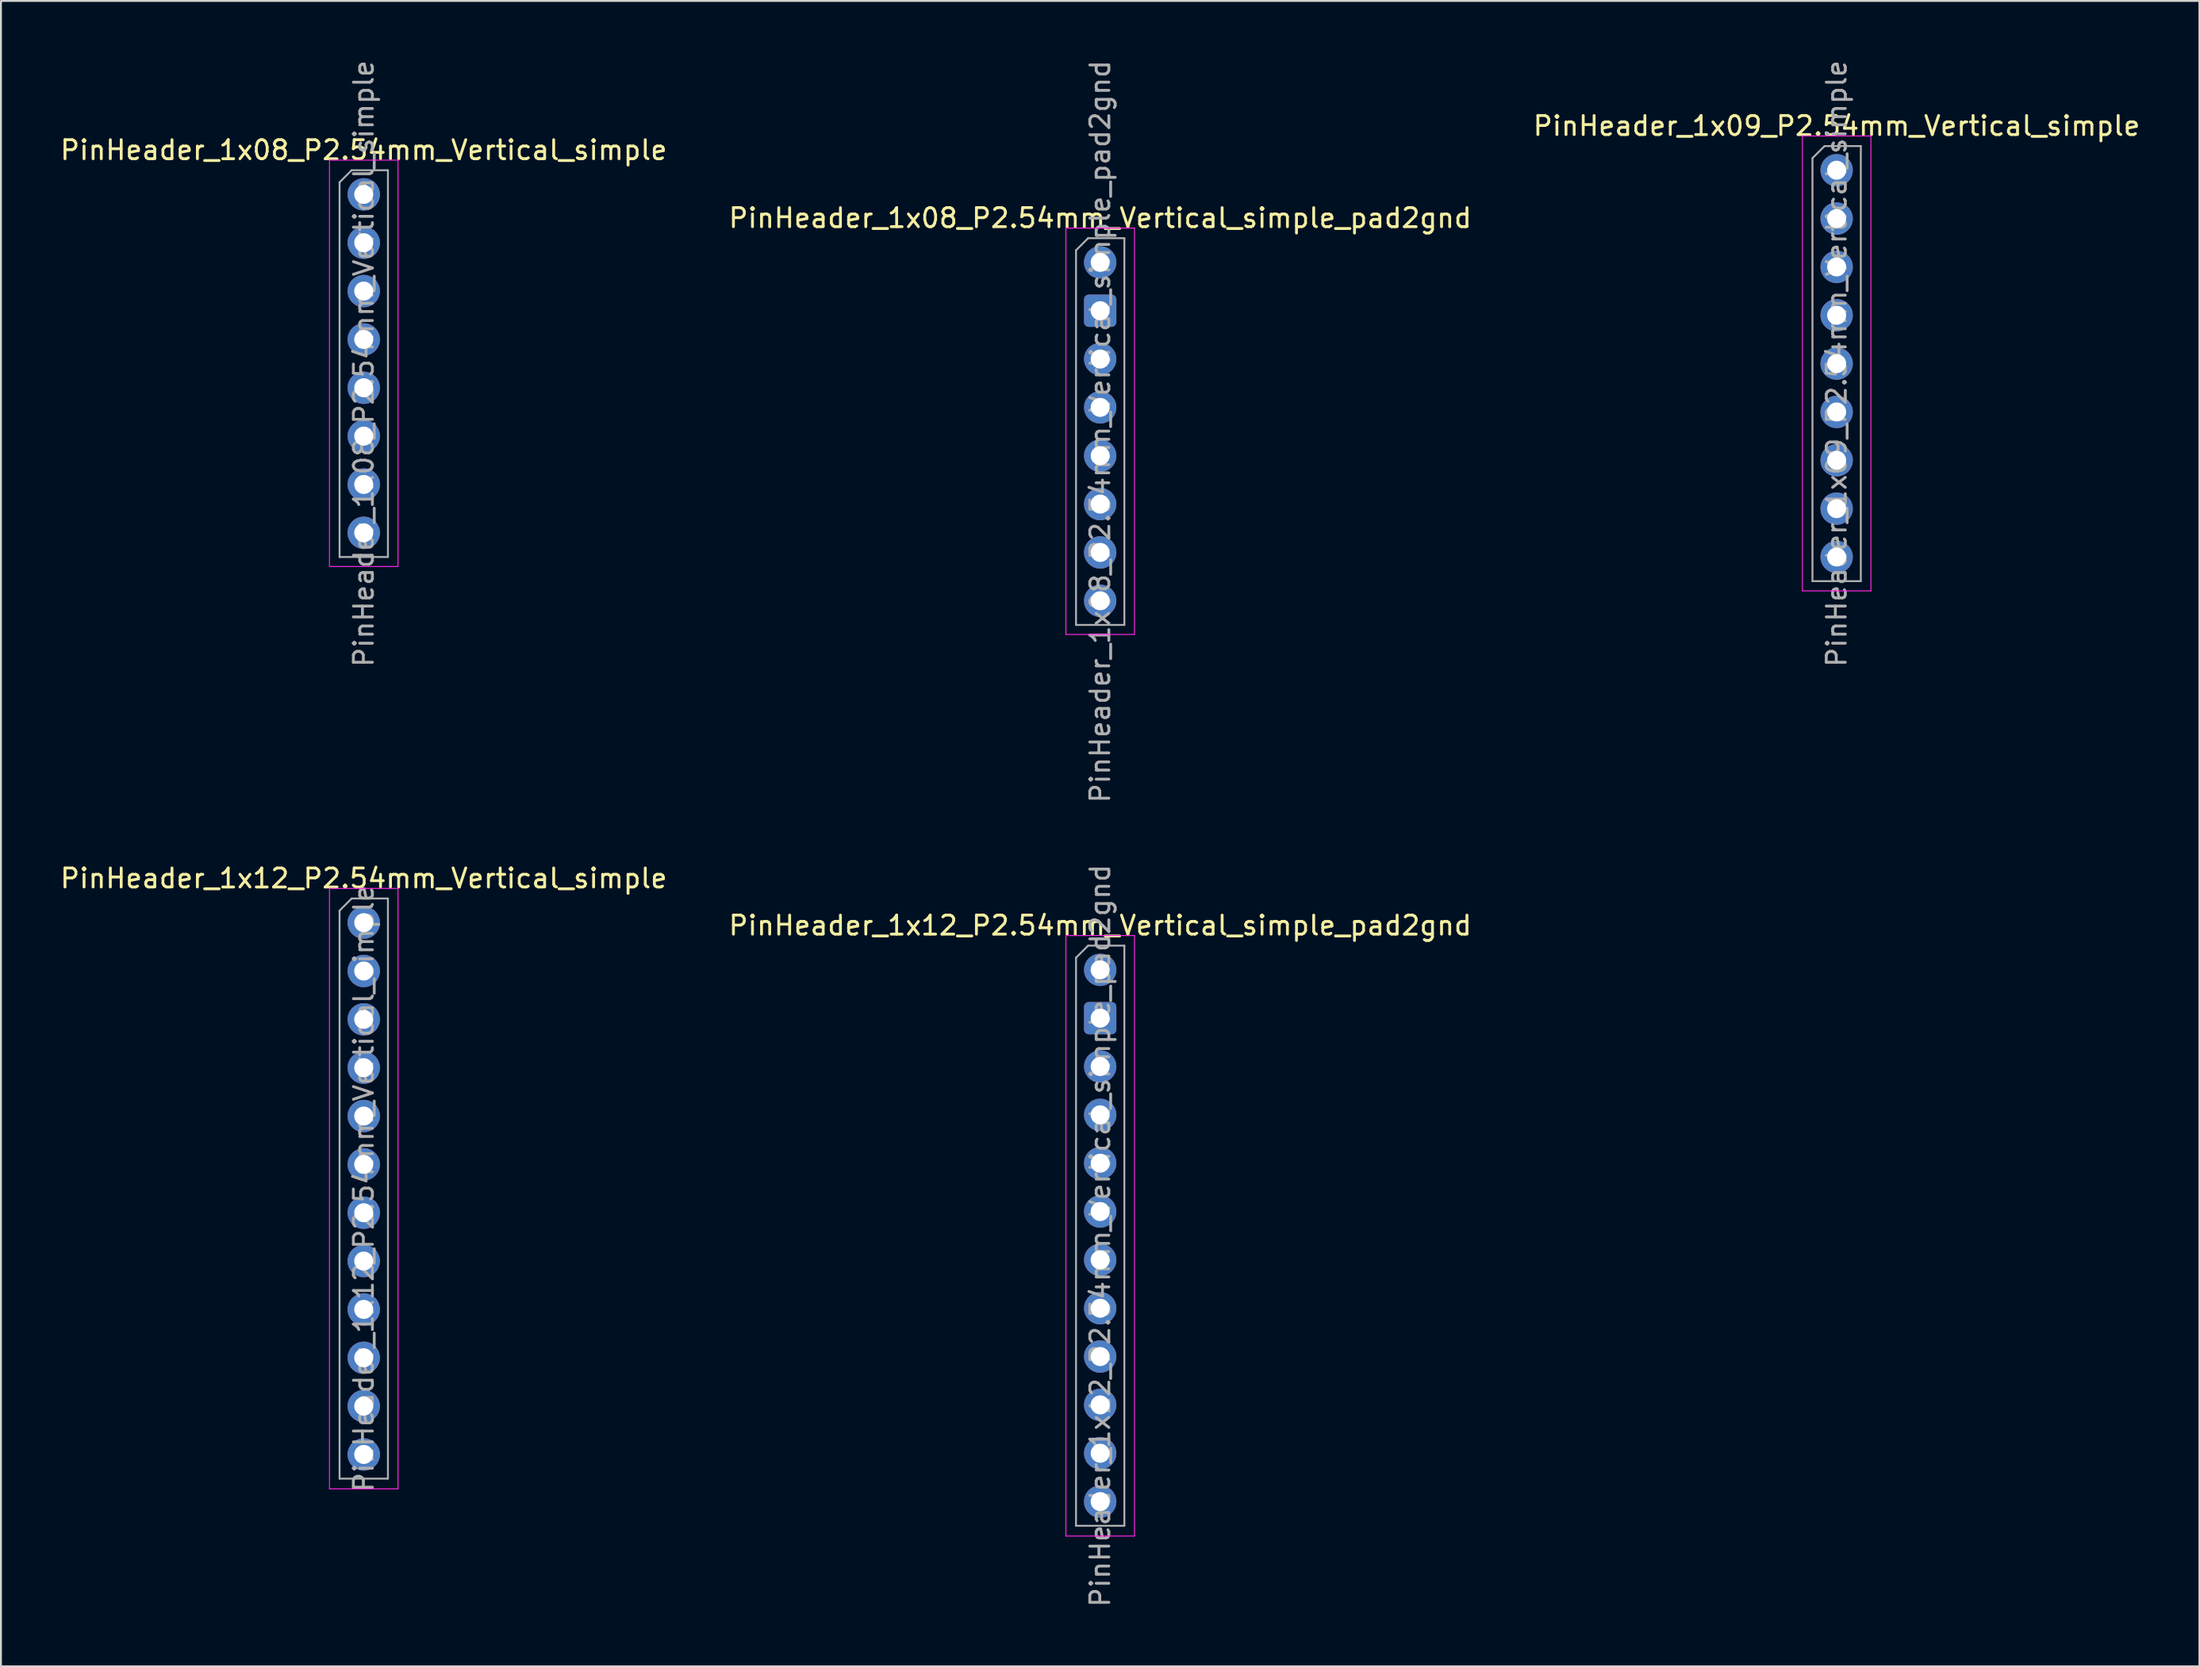
<source format=kicad_pcb>
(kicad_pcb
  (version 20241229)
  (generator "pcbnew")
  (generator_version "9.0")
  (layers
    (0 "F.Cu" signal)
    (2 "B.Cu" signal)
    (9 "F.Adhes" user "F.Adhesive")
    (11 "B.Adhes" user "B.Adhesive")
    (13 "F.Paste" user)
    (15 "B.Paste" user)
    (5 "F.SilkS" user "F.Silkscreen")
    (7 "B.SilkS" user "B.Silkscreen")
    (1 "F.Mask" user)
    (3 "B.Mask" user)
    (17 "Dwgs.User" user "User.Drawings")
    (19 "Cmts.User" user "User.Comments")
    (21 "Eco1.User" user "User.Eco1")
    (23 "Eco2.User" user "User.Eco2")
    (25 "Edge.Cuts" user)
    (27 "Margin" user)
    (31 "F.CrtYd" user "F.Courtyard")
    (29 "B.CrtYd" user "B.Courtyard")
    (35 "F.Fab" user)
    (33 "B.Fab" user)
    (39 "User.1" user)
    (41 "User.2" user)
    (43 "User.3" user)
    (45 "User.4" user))
  (footprint "PinHeader_1x12_P2.54mm_Vertical_simple"
    (layer "F.Cu")
    (at 16.054 45.428)
    (property "Reference" "PinHeader_1x12_P2.54mm_Vertical_simple" (at 0 -2.33 0) (layer "F.SilkS") (effects (font (size 1 1) (thickness 0.15))))
    (attr through_hole)
    (fp_line (start -1.8 -1.8) (end -1.8 29.75) (stroke (width 0.05) (type solid)) (layer "F.CrtYd"))
    (fp_line (start -1.8 29.75) (end 1.8 29.75) (stroke (width 0.05) (type solid)) (layer "F.CrtYd"))
    (fp_line (start 1.8 -1.8) (end -1.8 -1.8) (stroke (width 0.05) (type solid)) (layer "F.CrtYd"))
    (fp_line (start 1.8 29.75) (end 1.8 -1.8) (stroke (width 0.05) (type solid)) (layer "F.CrtYd"))
    (fp_line (start -1.27 -0.635) (end -0.635 -1.27) (stroke (width 0.1) (type solid)) (layer "F.Fab"))
    (fp_line (start -1.27 29.21) (end -1.27 -0.635) (stroke (width 0.1) (type solid)) (layer "F.Fab"))
    (fp_line (start -0.635 -1.27) (end 1.27 -1.27) (stroke (width 0.1) (type solid)) (layer "F.Fab"))
    (fp_line (start 1.27 -1.27) (end 1.27 29.21) (stroke (width 0.1) (type solid)) (layer "F.Fab"))
    (fp_line (start 1.27 29.21) (end -1.27 29.21) (stroke (width 0.1) (type solid)) (layer "F.Fab"))
    (fp_text user "${REFERENCE}" (at 0 13.97 90) (layer "F.Fab") (effects (font (size 1 1) (thickness 0.15))))
    (pad "1" thru_hole oval (at 0 0) (size 1.7 1.7) (drill 1) (layers "*.Cu" "*.Mask"))
    (pad "2" thru_hole oval (at 0 2.54) (size 1.7 1.7) (drill 1) (layers "*.Cu" "*.Mask"))
    (pad "3" thru_hole oval (at 0 5.08) (size 1.7 1.7) (drill 1) (layers "*.Cu" "*.Mask"))
    (pad "4" thru_hole oval (at 0 7.62) (size 1.7 1.7) (drill 1) (layers "*.Cu" "*.Mask"))
    (pad "5" thru_hole oval (at 0 10.16) (size 1.7 1.7) (drill 1) (layers "*.Cu" "*.Mask"))
    (pad "6" thru_hole oval (at 0 12.7) (size 1.7 1.7) (drill 1) (layers "*.Cu" "*.Mask"))
    (pad "7" thru_hole oval (at 0 15.24) (size 1.7 1.7) (drill 1) (layers "*.Cu" "*.Mask"))
    (pad "8" thru_hole oval (at 0 17.78) (size 1.7 1.7) (drill 1) (layers "*.Cu" "*.Mask"))
    (pad "9" thru_hole oval (at 0 20.32) (size 1.7 1.7) (drill 1) (layers "*.Cu" "*.Mask"))
    (pad "10" thru_hole oval (at 0 22.86) (size 1.7 1.7) (drill 1) (layers "*.Cu" "*.Mask"))
    (pad "11" thru_hole oval (at 0 25.4) (size 1.7 1.7) (drill 1) (layers "*.Cu" "*.Mask"))
    (pad "12" thru_hole oval (at 0 27.94) (size 1.7 1.7) (drill 1) (layers "*.Cu" "*.Mask")))
  (footprint "PinHeader_1x12_P2.54mm_Vertical_simple_pad2gnd"
    (layer "F.Cu")
    (at 54.732 47.905)
    (property "Reference" "PinHeader_1x12_P2.54mm_Vertical_simple_pad2gnd" (at 0 -2.33 0) (layer "F.SilkS") (effects (font (size 1 1) (thickness 0.15))))
    (attr through_hole)
    (fp_line (start -1.8 -1.8) (end -1.8 29.75) (stroke (width 0.05) (type solid)) (layer "F.CrtYd"))
    (fp_line (start -1.8 29.75) (end 1.8 29.75) (stroke (width 0.05) (type solid)) (layer "F.CrtYd"))
    (fp_line (start 1.8 -1.8) (end -1.8 -1.8) (stroke (width 0.05) (type solid)) (layer "F.CrtYd"))
    (fp_line (start 1.8 29.75) (end 1.8 -1.8) (stroke (width 0.05) (type solid)) (layer "F.CrtYd"))
    (fp_line (start -1.27 -0.635) (end -0.635 -1.27) (stroke (width 0.1) (type solid)) (layer "F.Fab"))
    (fp_line (start -1.27 29.21) (end -1.27 -0.635) (stroke (width 0.1) (type solid)) (layer "F.Fab"))
    (fp_line (start -0.635 -1.27) (end 1.27 -1.27) (stroke (width 0.1) (type solid)) (layer "F.Fab"))
    (fp_line (start 1.27 -1.27) (end 1.27 29.21) (stroke (width 0.1) (type solid)) (layer "F.Fab"))
    (fp_line (start 1.27 29.21) (end -1.27 29.21) (stroke (width 0.1) (type solid)) (layer "F.Fab"))
    (fp_text user "${REFERENCE}" (at 0 13.97 90) (layer "F.Fab") (effects (font (size 1 1) (thickness 0.15))))
    (pad "1" thru_hole oval (at 0 0) (size 1.7 1.7) (drill 1) (layers "*.Cu" "*.Mask"))
    (pad "2" thru_hole roundrect (at 0 2.54) (size 1.7 1.7) (drill 1) (layers "*.Cu" "*.Mask") (roundrect_rratio 0.147))
    (pad "3" thru_hole oval (at 0 5.08) (size 1.7 1.7) (drill 1) (layers "*.Cu" "*.Mask"))
    (pad "4" thru_hole oval (at 0 7.62) (size 1.7 1.7) (drill 1) (layers "*.Cu" "*.Mask"))
    (pad "5" thru_hole oval (at 0 10.16) (size 1.7 1.7) (drill 1) (layers "*.Cu" "*.Mask"))
    (pad "6" thru_hole oval (at 0 12.7) (size 1.7 1.7) (drill 1) (layers "*.Cu" "*.Mask"))
    (pad "7" thru_hole oval (at 0 15.24) (size 1.7 1.7) (drill 1) (layers "*.Cu" "*.Mask"))
    (pad "8" thru_hole oval (at 0 17.78) (size 1.7 1.7) (drill 1) (layers "*.Cu" "*.Mask"))
    (pad "9" thru_hole oval (at 0 20.32) (size 1.7 1.7) (drill 1) (layers "*.Cu" "*.Mask"))
    (pad "10" thru_hole oval (at 0 22.86) (size 1.7 1.7) (drill 1) (layers "*.Cu" "*.Mask"))
    (pad "11" thru_hole oval (at 0 25.4) (size 1.7 1.7) (drill 1) (layers "*.Cu" "*.Mask"))
    (pad "12" thru_hole oval (at 0 27.94) (size 1.7 1.7) (drill 1) (layers "*.Cu" "*.Mask")))
  (footprint "PinHeader_1x08_P2.54mm_Vertical_simple_pad2gnd"
    (layer "F.Cu")
    (at 54.732 10.735)
    (property "Reference" "PinHeader_1x08_P2.54mm_Vertical_simple_pad2gnd" (at 0 -2.33 0) (layer "F.SilkS") (effects (font (size 1 1) (thickness 0.15))))
    (attr through_hole)
    (fp_line (start -1.8 -1.8) (end -1.8 19.55) (stroke (width 0.05) (type solid)) (layer "F.CrtYd"))
    (fp_line (start -1.8 19.55) (end 1.8 19.55) (stroke (width 0.05) (type solid)) (layer "F.CrtYd"))
    (fp_line (start 1.8 -1.8) (end -1.8 -1.8) (stroke (width 0.05) (type solid)) (layer "F.CrtYd"))
    (fp_line (start 1.8 19.55) (end 1.8 -1.8) (stroke (width 0.05) (type solid)) (layer "F.CrtYd"))
    (fp_line (start -1.27 -0.635) (end -0.635 -1.27) (stroke (width 0.1) (type solid)) (layer "F.Fab"))
    (fp_line (start -1.27 19.05) (end -1.27 -0.635) (stroke (width 0.1) (type solid)) (layer "F.Fab"))
    (fp_line (start -0.635 -1.27) (end 1.27 -1.27) (stroke (width 0.1) (type solid)) (layer "F.Fab"))
    (fp_line (start 1.27 -1.27) (end 1.27 19.05) (stroke (width 0.1) (type solid)) (layer "F.Fab"))
    (fp_line (start 1.27 19.05) (end -1.27 19.05) (stroke (width 0.1) (type solid)) (layer "F.Fab"))
    (fp_text user "${REFERENCE}" (at 0 8.89 90) (layer "F.Fab") (effects (font (size 1 1) (thickness 0.15))))
    (pad "1" thru_hole oval (at 0 0) (size 1.7 1.7) (drill 1) (layers "*.Cu" "*.Mask"))
    (pad "2" thru_hole roundrect (at 0 2.54) (size 1.7 1.7) (drill 1) (layers "*.Cu" "*.Mask") (roundrect_rratio 0.147))
    (pad "3" thru_hole oval (at 0 5.08) (size 1.7 1.7) (drill 1) (layers "*.Cu" "*.Mask"))
    (pad "4" thru_hole oval (at 0 7.62) (size 1.7 1.7) (drill 1) (layers "*.Cu" "*.Mask"))
    (pad "5" thru_hole oval (at 0 10.16) (size 1.7 1.7) (drill 1) (layers "*.Cu" "*.Mask"))
    (pad "6" thru_hole oval (at 0 12.7) (size 1.7 1.7) (drill 1) (layers "*.Cu" "*.Mask"))
    (pad "7" thru_hole oval (at 0 15.24) (size 1.7 1.7) (drill 1) (layers "*.Cu" "*.Mask"))
    (pad "8" thru_hole oval (at 0 17.78) (size 1.7 1.7) (drill 1) (layers "*.Cu" "*.Mask")))
  (footprint "PinHeader_1x08_P2.54mm_Vertical_simple"
    (layer "F.Cu")
    (at 16.054 7.164)
    (property "Reference" "PinHeader_1x08_P2.54mm_Vertical_simple" (at 0 -2.33 0) (layer "F.SilkS") (effects (font (size 1 1) (thickness 0.15))))
    (attr through_hole)
    (fp_line (start -1.8 -1.8) (end -1.8 19.55) (stroke (width 0.05) (type solid)) (layer "F.CrtYd"))
    (fp_line (start -1.8 19.55) (end 1.8 19.55) (stroke (width 0.05) (type solid)) (layer "F.CrtYd"))
    (fp_line (start 1.8 -1.8) (end -1.8 -1.8) (stroke (width 0.05) (type solid)) (layer "F.CrtYd"))
    (fp_line (start 1.8 19.55) (end 1.8 -1.8) (stroke (width 0.05) (type solid)) (layer "F.CrtYd"))
    (fp_line (start -1.27 -0.635) (end -0.635 -1.27) (stroke (width 0.1) (type solid)) (layer "F.Fab"))
    (fp_line (start -1.27 19.05) (end -1.27 -0.635) (stroke (width 0.1) (type solid)) (layer "F.Fab"))
    (fp_line (start -0.635 -1.27) (end 1.27 -1.27) (stroke (width 0.1) (type solid)) (layer "F.Fab"))
    (fp_line (start 1.27 -1.27) (end 1.27 19.05) (stroke (width 0.1) (type solid)) (layer "F.Fab"))
    (fp_line (start 1.27 19.05) (end -1.27 19.05) (stroke (width 0.1) (type solid)) (layer "F.Fab"))
    (fp_text user "${REFERENCE}" (at 0 8.89 90) (layer "F.Fab") (effects (font (size 1 1) (thickness 0.15))))
    (pad "1" thru_hole oval (at 0 0) (size 1.7 1.7) (drill 1) (layers "*.Cu" "*.Mask"))
    (pad "2" thru_hole oval (at 0 2.54) (size 1.7 1.7) (drill 1) (layers "*.Cu" "*.Mask"))
    (pad "3" thru_hole oval (at 0 5.08) (size 1.7 1.7) (drill 1) (layers "*.Cu" "*.Mask"))
    (pad "4" thru_hole oval (at 0 7.62) (size 1.7 1.7) (drill 1) (layers "*.Cu" "*.Mask"))
    (pad "5" thru_hole oval (at 0 10.16) (size 1.7 1.7) (drill 1) (layers "*.Cu" "*.Mask"))
    (pad "6" thru_hole oval (at 0 12.7) (size 1.7 1.7) (drill 1) (layers "*.Cu" "*.Mask"))
    (pad "7" thru_hole oval (at 0 15.24) (size 1.7 1.7) (drill 1) (layers "*.Cu" "*.Mask"))
    (pad "8" thru_hole oval (at 0 17.78) (size 1.7 1.7) (drill 1) (layers "*.Cu" "*.Mask")))
  (footprint "PinHeader_1x09_P2.54mm_Vertical_simple"
    (layer "F.Cu")
    (at 93.411 5.894)
    (property "Reference" "PinHeader_1x09_P2.54mm_Vertical_simple" (at 0 -2.33 0) (layer "F.SilkS") (effects (font (size 1 1) (thickness 0.15))))
    (attr through_hole)
    (fp_line (start -1.8 -1.8) (end -1.8 22.1) (stroke (width 0.05) (type solid)) (layer "F.CrtYd"))
    (fp_line (start -1.8 22.1) (end 1.8 22.1) (stroke (width 0.05) (type solid)) (layer "F.CrtYd"))
    (fp_line (start 1.8 -1.8) (end -1.8 -1.8) (stroke (width 0.05) (type solid)) (layer "F.CrtYd"))
    (fp_line (start 1.8 22.1) (end 1.8 -1.8) (stroke (width 0.05) (type solid)) (layer "F.CrtYd"))
    (fp_line (start -1.27 -0.635) (end -0.635 -1.27) (stroke (width 0.1) (type solid)) (layer "F.Fab"))
    (fp_line (start -1.27 21.59) (end -1.27 -0.635) (stroke (width 0.1) (type solid)) (layer "F.Fab"))
    (fp_line (start -0.635 -1.27) (end 1.27 -1.27) (stroke (width 0.1) (type solid)) (layer "F.Fab"))
    (fp_line (start 1.27 -1.27) (end 1.27 21.59) (stroke (width 0.1) (type solid)) (layer "F.Fab"))
    (fp_line (start 1.27 21.59) (end -1.27 21.59) (stroke (width 0.1) (type solid)) (layer "F.Fab"))
    (fp_text user "${REFERENCE}" (at 0 10.16 90) (layer "F.Fab") (effects (font (size 1 1) (thickness 0.15))))
    (pad "1" thru_hole oval (at 0 0) (size 1.7 1.7) (drill 1) (layers "*.Cu" "*.Mask"))
    (pad "2" thru_hole oval (at 0 2.54) (size 1.7 1.7) (drill 1) (layers "*.Cu" "*.Mask"))
    (pad "3" thru_hole oval (at 0 5.08) (size 1.7 1.7) (drill 1) (layers "*.Cu" "*.Mask"))
    (pad "4" thru_hole oval (at 0 7.62) (size 1.7 1.7) (drill 1) (layers "*.Cu" "*.Mask"))
    (pad "5" thru_hole oval (at 0 10.16) (size 1.7 1.7) (drill 1) (layers "*.Cu" "*.Mask"))
    (pad "6" thru_hole oval (at 0 12.7) (size 1.7 1.7) (drill 1) (layers "*.Cu" "*.Mask"))
    (pad "7" thru_hole oval (at 0 15.24) (size 1.7 1.7) (drill 1) (layers "*.Cu" "*.Mask"))
    (pad "8" thru_hole oval (at 0 17.78) (size 1.7 1.7) (drill 1) (layers "*.Cu" "*.Mask"))
    (pad "9" thru_hole oval (at 0 20.32) (size 1.7 1.7) (drill 1) (layers "*.Cu" "*.Mask")))
  (gr_rect
    (start -3 -3)
    (end 112.464 84.5)
    (stroke (width 0.1) (type default))
    (fill no)
    (layer "Edge.Cuts")))
</source>
